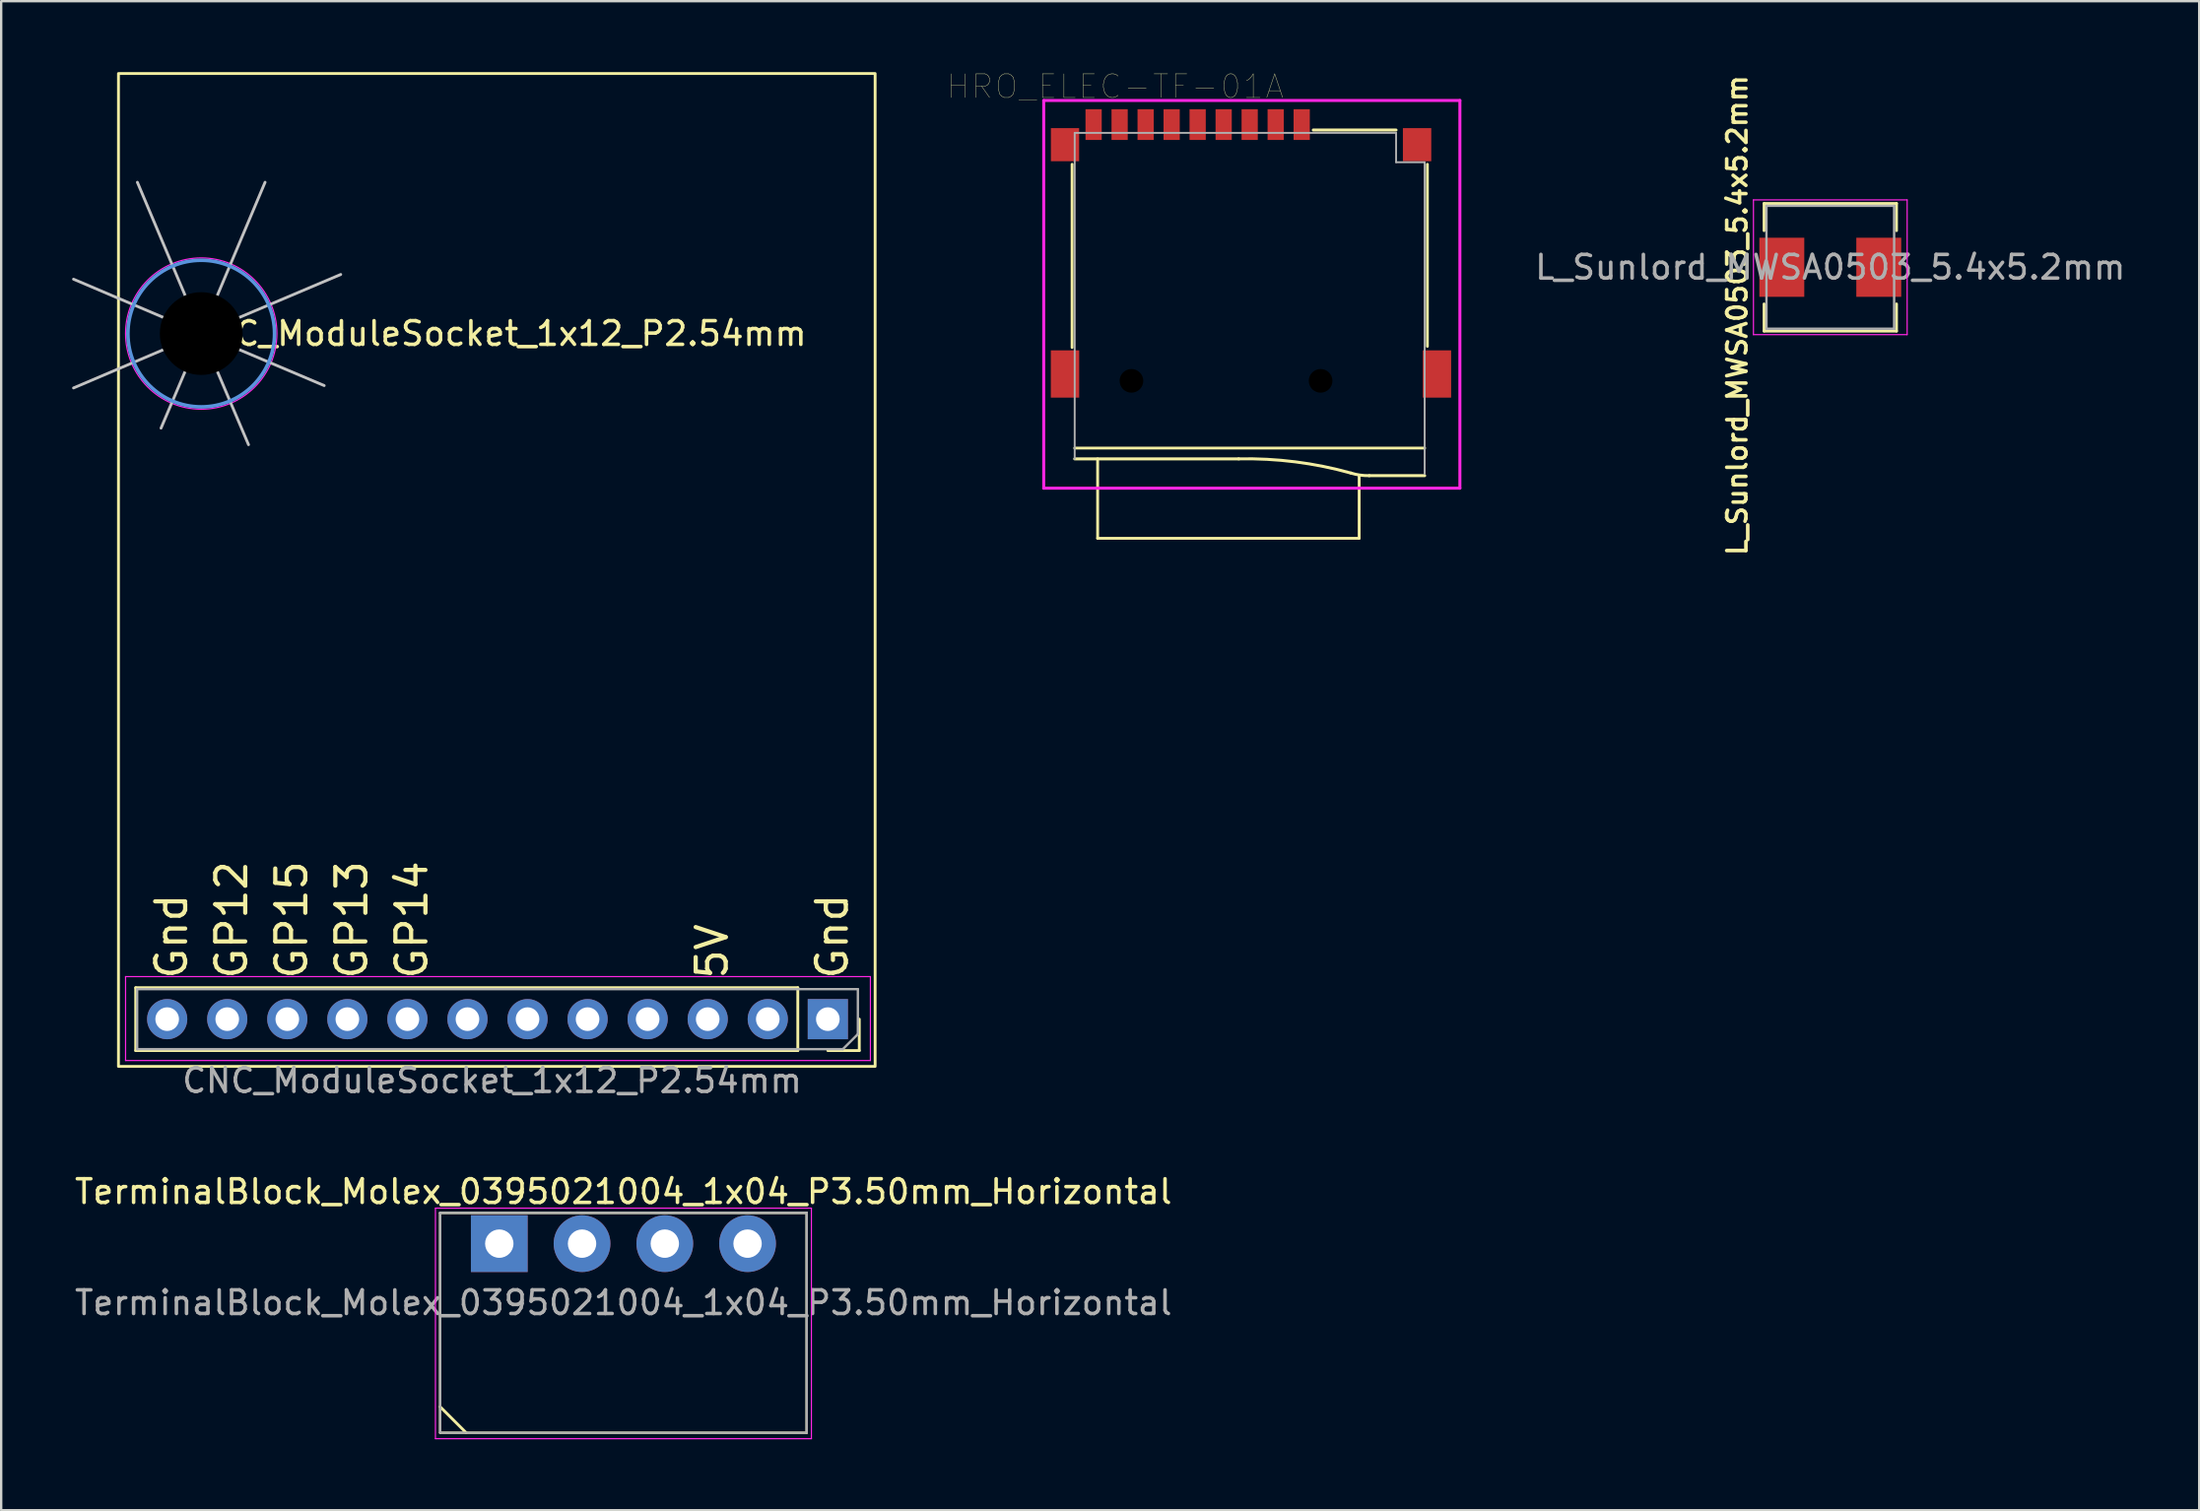
<source format=kicad_pcb>
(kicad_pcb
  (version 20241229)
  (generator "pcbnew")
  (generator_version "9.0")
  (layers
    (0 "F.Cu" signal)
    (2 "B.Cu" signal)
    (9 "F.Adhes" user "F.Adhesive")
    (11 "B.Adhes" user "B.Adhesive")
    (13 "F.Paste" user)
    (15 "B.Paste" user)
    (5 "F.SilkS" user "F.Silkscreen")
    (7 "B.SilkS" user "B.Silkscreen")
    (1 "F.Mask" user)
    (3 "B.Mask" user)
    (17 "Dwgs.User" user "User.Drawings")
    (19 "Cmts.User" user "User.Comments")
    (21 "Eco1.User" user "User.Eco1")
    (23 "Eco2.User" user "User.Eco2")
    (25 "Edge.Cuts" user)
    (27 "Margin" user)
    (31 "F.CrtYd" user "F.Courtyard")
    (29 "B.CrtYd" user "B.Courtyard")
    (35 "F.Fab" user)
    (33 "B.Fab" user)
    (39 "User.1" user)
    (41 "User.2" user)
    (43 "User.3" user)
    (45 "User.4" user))
  (footprint "TerminalBlock_Molex_0395021004_1x04_P3.50mm_Horizontal"
    (layer "F.Cu")
    (at 18.065 49.556)
    (property "Reference" "TerminalBlock_Molex_0395021004_1x04_P3.50mm_Horizontal" (at 5.25 -2.2 0) (layer "F.SilkS") (effects (font (size 1 1) (thickness 0.15))))
    (attr through_hole)
    (fp_line (start -2.5 -1.3) (end -2.5 8) (stroke (width 0.1) (type solid)) (layer "F.SilkS"))
    (fp_line (start -2.5 -1.3) (end 13 -1.3) (stroke (width 0.1) (type solid)) (layer "F.SilkS"))
    (fp_line (start -2.5 6.9) (end -1.4 8) (stroke (width 0.12) (type solid)) (layer "F.SilkS"))
    (fp_line (start -2.5 8) (end 13 8) (stroke (width 0.1) (type solid)) (layer "F.SilkS"))
    (fp_line (start 13 -1.3) (end 13 8) (stroke (width 0.1) (type solid)) (layer "F.SilkS"))
    (fp_line (start -2.7 -1.5) (end -2.7 8.25) (stroke (width 0.05) (type solid)) (layer "F.CrtYd"))
    (fp_line (start -2.7 8.25) (end 13.2 8.25) (stroke (width 0.05) (type solid)) (layer "F.CrtYd"))
    (fp_line (start 13.2 -1.5) (end -2.7 -1.5) (stroke (width 0.05) (type solid)) (layer "F.CrtYd"))
    (fp_line (start 13.2 8.25) (end 13.2 -1.5) (stroke (width 0.05) (type solid)) (layer "F.CrtYd"))
    (fp_line (start -2.5 -1.3) (end 13 -1.3) (stroke (width 0.1) (type solid)) (layer "F.Fab"))
    (fp_line (start -2.5 8) (end -2.5 -1.3) (stroke (width 0.1) (type solid)) (layer "F.Fab"))
    (fp_line (start 12.95 8) (end -2.45 8) (stroke (width 0.1) (type solid)) (layer "F.Fab"))
    (fp_line (start 13 -1.3) (end 13 8) (stroke (width 0.1) (type solid)) (layer "F.Fab"))
    (fp_text user "${REFERENCE}" (at 5.25 2.5 0) (layer "F.Fab") (effects (font (size 1 1) (thickness 0.15))))
    (pad "1" thru_hole rect (at 0 0) (size 2.4 2.4) (drill 1.2) (layers "*.Cu" "*.Mask"))
    (pad "2" thru_hole circle (at 3.5 0) (size 2.4 2.4) (drill 1.2) (layers "*.Cu" "*.Mask"))
    (pad "3" thru_hole circle (at 7 0) (size 2.4 2.4) (drill 1.2) (layers "*.Cu" "*.Mask"))
    (pad "4" thru_hole circle (at 10.5 0) (size 2.4 2.4) (drill 1.2) (layers "*.Cu" "*.Mask")))
  (footprint "CNC_ModuleSocket_1x12_P2.54mm"
    (layer "F.Cu")
    (at 31.96 40.06)
    (property "Reference" "CNC_ModuleSocket_1x12_P2.54mm" (at -14 -29 0) (layer "F.SilkS") (effects (font (size 1 1) (thickness 0.15))))
    (attr through_hole)
    (fp_line (start -29.27 -1.33) (end -29.27 1.33) (stroke (width 0.12) (type solid)) (layer "F.SilkS"))
    (fp_line (start -1.27 -1.33) (end -29.27 -1.33) (stroke (width 0.12) (type solid)) (layer "F.SilkS"))
    (fp_line (start -1.27 -1.33) (end -1.27 1.33) (stroke (width 0.12) (type solid)) (layer "F.SilkS"))
    (fp_line (start -1.27 1.33) (end -29.27 1.33) (stroke (width 0.12) (type solid)) (layer "F.SilkS"))
    (fp_line (start 1.33 0) (end 1.33 1.33) (stroke (width 0.12) (type solid)) (layer "F.SilkS"))
    (fp_line (start 1.33 1.33) (end 0 1.33) (stroke (width 0.12) (type solid)) (layer "F.SilkS"))
    (fp_rect (start -30 2) (end 2 -40) (stroke (width 0.12) (type solid)) (fill no) (layer "F.SilkS"))
    (fp_line (start -26.5 -29) (end -31.9 -31.3) (stroke (width 0.12) (type solid)) (layer "Dwgs.User"))
    (fp_line (start -26.5 -29) (end -31.9 -26.7) (stroke (width 0.12) (type solid)) (layer "Dwgs.User"))
    (fp_line (start -26.5 -29) (end -29.2 -35.4) (stroke (width 0.12) (type solid)) (layer "Dwgs.User"))
    (fp_line (start -26.5 -29) (end -28.2 -25) (stroke (width 0.12) (type solid)) (layer "Dwgs.User"))
    (fp_line (start -26.5 -29) (end -24.5 -24.3) (stroke (width 0.12) (type solid)) (layer "Dwgs.User"))
    (fp_line (start -26.5 -29) (end -23.8 -35.4) (stroke (width 0.12) (type solid)) (layer "Dwgs.User"))
    (fp_line (start -26.5 -29) (end -21.3 -26.8) (stroke (width 0.12) (type solid)) (layer "Dwgs.User"))
    (fp_line (start -26.5 -29) (end -20.6 -31.5) (stroke (width 0.12) (type solid)) (layer "Dwgs.User"))
    (fp_circle (center -26.5 -29) (end -23.4 -29) (stroke (width 0.15) (type solid)) (fill no) (layer "Cmts.User"))
    (fp_line (start -29.7 -1.8) (end 1.8 -1.8) (stroke (width 0.05) (type solid)) (layer "F.CrtYd"))
    (fp_line (start -29.7 1.75) (end -29.7 -1.8) (stroke (width 0.05) (type solid)) (layer "F.CrtYd"))
    (fp_line (start 1.8 -1.8) (end 1.8 1.75) (stroke (width 0.05) (type solid)) (layer "F.CrtYd"))
    (fp_line (start 1.8 1.75) (end -29.7 1.75) (stroke (width 0.05) (type solid)) (layer "F.CrtYd"))
    (fp_circle (center -26.5 -29) (end -23.3 -29) (stroke (width 0.05) (type solid)) (fill no) (layer "F.CrtYd"))
    (fp_line (start -29.21 -1.27) (end 1.27 -1.27) (stroke (width 0.1) (type solid)) (layer "F.Fab"))
    (fp_line (start -29.21 1.27) (end -29.21 -1.27) (stroke (width 0.1) (type solid)) (layer "F.Fab"))
    (fp_line (start 0.635 1.27) (end -29.21 1.27) (stroke (width 0.1) (type solid)) (layer "F.Fab"))
    (fp_line (start 1.27 -1.27) (end 1.27 0.635) (stroke (width 0.1) (type solid)) (layer "F.Fab"))
    (fp_line (start 1.27 0.635) (end 0.635 1.27) (stroke (width 0.1) (type solid)) (layer "F.Fab"))
    (fp_text user "Gnd" (at -28.5 -1.6 90) (layer "F.SilkS") (effects (font (size 1.27 1.27) (thickness 0.178)) (justify left top)))
    (fp_text user "Gnd" (at -0.56 -1.6 90) (layer "F.SilkS") (effects (font (size 1.27 1.27) (thickness 0.178)) (justify left top)))
    (fp_text user "5V" (at -5.64 -1.6 90) (layer "F.SilkS") (effects (font (size 1.27 1.27) (thickness 0.178)) (justify left top)))
    (fp_text user "GP12" (at -25.96 -1.6 90) (layer "F.SilkS") (effects (font (size 1.27 1.27) (thickness 0.178)) (justify left top)))
    (fp_text user "GP14" (at -18.34 -1.6 90) (layer "F.SilkS") (effects (font (size 1.27 1.27) (thickness 0.178)) (justify left top)))
    (fp_text user "GP15" (at -23.42 -1.6 90) (layer "F.SilkS") (effects (font (size 1.27 1.27) (thickness 0.178)) (justify left top)))
    (fp_text user "GP13" (at -20.88 -1.6 90) (layer "F.SilkS") (effects (font (size 1.27 1.27) (thickness 0.178)) (justify left top)))
    (fp_text user "${REFERENCE}" (at -14.2 2.6 0) (layer "F.Fab") (effects (font (size 1 1) (thickness 0.15))))
    (pad "" np_thru_hole circle (at -26.5 -29) (size 3.5 3.5) (drill 3.5) (layers "*.Mask"))
    (pad "1" thru_hole rect (at 0 0 270) (size 1.7 1.7) (drill 1) (layers "*.Cu" "*.Mask"))
    (pad "2" thru_hole oval (at -2.54 0 270) (size 1.7 1.7) (drill 1) (layers "*.Cu" "*.Mask"))
    (pad "3" thru_hole oval (at -5.08 0 270) (size 1.7 1.7) (drill 1) (layers "*.Cu" "*.Mask"))
    (pad "4" thru_hole oval (at -7.62 0 270) (size 1.7 1.7) (drill 1) (layers "*.Cu" "*.Mask"))
    (pad "5" thru_hole oval (at -10.16 0 270) (size 1.7 1.7) (drill 1) (layers "*.Cu" "*.Mask"))
    (pad "6" thru_hole oval (at -12.7 0 270) (size 1.7 1.7) (drill 1) (layers "*.Cu" "*.Mask"))
    (pad "7" thru_hole oval (at -15.24 0 270) (size 1.7 1.7) (drill 1) (layers "*.Cu" "*.Mask"))
    (pad "8" thru_hole oval (at -17.78 0 270) (size 1.7 1.7) (drill 1) (layers "*.Cu" "*.Mask"))
    (pad "9" thru_hole oval (at -20.32 0 270) (size 1.7 1.7) (drill 1) (layers "*.Cu" "*.Mask"))
    (pad "10" thru_hole oval (at -22.86 0 270) (size 1.7 1.7) (drill 1) (layers "*.Cu" "*.Mask"))
    (pad "11" thru_hole oval (at -25.4 0 270) (size 1.7 1.7) (drill 1) (layers "*.Cu" "*.Mask"))
    (pad "12" thru_hole oval (at -27.94 0 270) (size 1.7 1.7) (drill 1) (layers "*.Cu" "*.Mask"))
    (zone (net_name "") (layers "F.Cu" "B.Cu") (name "CNC Mount Hole") (hatch edge 0.508) (connect_pads) (min_thickness 0.254) (filled_areas_thickness no) (keepout (tracks not_allowed) (vias not_allowed) (pads allowed) (copperpour not_allowed) (footprints not_allowed)) (placement (enabled no)) (fill) (polygon (pts (xy 7.96 9.36) (xy 8.235 9.86) (xy 8.41 10.41) (xy 8.485 11.06) (xy 8.435 11.66) (xy 8.235 12.26) (xy 7.96 12.76) (xy 7.61 13.185) (xy 7.16 13.56) (xy 6.66 13.835) (xy 6.11 14.01) (xy 5.46 14.085) (xy 4.81 14.01) (xy 4.26 13.835) (xy 3.76 13.56) (xy 3.31 13.185) (xy 2.96 12.76) (xy 2.685 12.26) (xy 2.51 11.66) (xy 2.435 11.06) (xy 2.51 10.41) (xy 2.685 9.86) (xy 2.96 9.36) (xy 3.31 8.935) (xy 3.76 8.56) (xy 4.285 8.26) (xy 4.81 8.11) (xy 5.46 8.01) (xy 6.11 8.11) (xy 6.635 8.26) (xy 7.16 8.56) (xy 7.61 8.935)))))
  (footprint "L_Sunlord_MWSA0503_5.4x5.2mm"
    (layer "F.Cu")
    (at 74.355 8.256)
    (property "Reference" "L_Sunlord_MWSA0503_5.4x5.2mm" (at -3.937 2.032 90) (layer "F.SilkS") (effects (font (size 0.813 0.813) (thickness 0.152))))
    (attr smd)
    (fp_line (start -2.8 -2.7) (end -2.8 -1.55) (stroke (width 0.12) (type solid)) (layer "F.SilkS"))
    (fp_line (start -2.8 -2.7) (end 2.8 -2.7) (stroke (width 0.12) (type solid)) (layer "F.SilkS"))
    (fp_line (start -2.8 2.7) (end -2.8 1.55) (stroke (width 0.12) (type solid)) (layer "F.SilkS"))
    (fp_line (start -2.8 2.7) (end 2.8 2.7) (stroke (width 0.12) (type solid)) (layer "F.SilkS"))
    (fp_line (start 2.8 -2.7) (end 2.8 -1.55) (stroke (width 0.12) (type solid)) (layer "F.SilkS"))
    (fp_line (start 2.8 2.7) (end 2.8 1.55) (stroke (width 0.12) (type solid)) (layer "F.SilkS"))
    (fp_line (start -3.25 -2.85) (end 3.25 -2.85) (stroke (width 0.05) (type solid)) (layer "F.CrtYd"))
    (fp_line (start -3.25 2.85) (end -3.25 -2.85) (stroke (width 0.05) (type solid)) (layer "F.CrtYd"))
    (fp_line (start 3.25 -2.85) (end 3.25 2.85) (stroke (width 0.05) (type solid)) (layer "F.CrtYd"))
    (fp_line (start 3.25 2.85) (end -3.25 2.85) (stroke (width 0.05) (type solid)) (layer "F.CrtYd"))
    (fp_line (start -2.7 -2.6) (end 2.7 -2.6) (stroke (width 0.1) (type solid)) (layer "F.Fab"))
    (fp_line (start -2.7 2.6) (end -2.7 -2.6) (stroke (width 0.1) (type solid)) (layer "F.Fab"))
    (fp_line (start 2.7 -2.6) (end 2.7 2.6) (stroke (width 0.1) (type solid)) (layer "F.Fab"))
    (fp_line (start 2.7 2.6) (end -2.7 2.6) (stroke (width 0.1) (type solid)) (layer "F.Fab"))
    (fp_text user "${REFERENCE}" (at 0 0 0) (layer "F.Fab") (effects (font (size 1 1) (thickness 0.15))))
    (pad "1" smd rect (at -2.05 0) (size 1.9 2.5) (layers "F.Cu" "F.Mask" "F.Paste"))
    (pad "2" smd rect (at 2.05 0) (size 1.9 2.5) (layers "F.Cu" "F.Mask" "F.Paste")))
  (footprint "HRO_ELEC-TF-01A"
    (layer "F.Cu")
    (at 48.69 8)
    (property "Reference" "HRO_ELEC-TF-01A" (at -4.577 -7.389 0) (layer "F.SilkS") (effects (font (size 1.001 1.001) (thickness 0.015))))
    (attr through_hole)
    (fp_line (start -6.4 3.65) (end -6.4 -4.1) (stroke (width 0.12) (type solid)) (layer "F.SilkS"))
    (fp_line (start -6.29 7.904) (end 8.51 7.904) (stroke (width 0.12) (type solid)) (layer "F.SilkS"))
    (fp_line (start -5.32 11.72) (end -5.32 8.36) (stroke (width 0.12) (type solid)) (layer "F.SilkS"))
    (fp_line (start -5.32 11.72) (end 5.74 11.72) (stroke (width 0.12) (type solid)) (layer "F.SilkS"))
    (fp_line (start 0.644 8.36) (end -6.29 8.36) (stroke (width 0.127) (type solid)) (layer "F.SilkS"))
    (fp_line (start 5.74 11.72) (end 5.74 9.07) (stroke (width 0.12) (type solid)) (layer "F.SilkS"))
    (fp_line (start 7.3 -5.55) (end 3.8 -5.55) (stroke (width 0.127) (type solid)) (layer "F.SilkS"))
    (fp_line (start 8.51 9.07) (end 6.168 9.07) (stroke (width 0.127) (type solid)) (layer "F.SilkS"))
    (fp_line (start 8.625 -4.1) (end 8.625 3.6) (stroke (width 0.12) (type solid)) (layer "F.SilkS"))
    (fp_arc (start 0.6439 8.36) (mid 3.038913 8.486267) (end 5.39 8.96) (stroke (width 0.127) (type solid)) (layer "F.SilkS"))
    (fp_arc (start 6.1679 9.07) (mid 5.774541 9.046179) (end 5.39 8.96) (stroke (width 0.127) (type solid)) (layer "F.SilkS"))
    (fp_line (start -7.6 -6.8) (end 10 -6.8) (stroke (width 0.127) (type solid)) (layer "F.CrtYd"))
    (fp_line (start -7.6 9.6) (end -7.6 -6.8) (stroke (width 0.127) (type solid)) (layer "F.CrtYd"))
    (fp_line (start 10 -6.8) (end 10 9.6) (stroke (width 0.127) (type solid)) (layer "F.CrtYd"))
    (fp_line (start 10 9.6) (end -7.6 9.6) (stroke (width 0.127) (type solid)) (layer "F.CrtYd"))
    (fp_line (start -6.29 -5.43) (end 7.302 -5.43) (stroke (width 0.08) (type solid)) (layer "F.Fab"))
    (fp_line (start -6.29 8.36) (end -6.29 -5.43) (stroke (width 0.08) (type solid)) (layer "F.Fab"))
    (fp_line (start 7.302 -5.43) (end 7.302 -4.187) (stroke (width 0.08) (type solid)) (layer "F.Fab"))
    (fp_line (start 7.302 -4.187) (end 8.51 -4.187) (stroke (width 0.08) (type solid)) (layer "F.Fab"))
    (fp_line (start 8.51 -4.187) (end 8.51 9) (stroke (width 0.08) (type solid)) (layer "F.Fab"))
    (pad "" np_thru_hole circle (at -3.89 5.06) (size 1 1) (drill 1) (layers "*.Mask"))
    (pad "" np_thru_hole circle (at 4.11 5.06) (size 1 1) (drill 1) (layers "*.Mask"))
    (pad "1" smd rect (at 3.31 -5.78) (size 0.686 1.3) (layers "F.Cu" "F.Mask" "F.Paste"))
    (pad "2" smd rect (at 2.21 -5.78) (size 0.686 1.3) (layers "F.Cu" "F.Mask" "F.Paste"))
    (pad "3" smd rect (at 1.11 -5.78) (size 0.686 1.3) (layers "F.Cu" "F.Mask" "F.Paste"))
    (pad "4" smd rect (at 0.01 -5.78) (size 0.686 1.3) (layers "F.Cu" "F.Mask" "F.Paste"))
    (pad "5" smd rect (at -1.09 -5.78) (size 0.686 1.3) (layers "F.Cu" "F.Mask" "F.Paste"))
    (pad "6" smd rect (at -2.19 -5.78) (size 0.686 1.3) (layers "F.Cu" "F.Mask" "F.Paste"))
    (pad "7" smd rect (at -3.29 -5.78) (size 0.686 1.3) (layers "F.Cu" "F.Mask" "F.Paste"))
    (pad "8" smd rect (at -4.39 -5.78) (size 0.686 1.3) (layers "F.Cu" "F.Mask" "F.Paste"))
    (pad "9" smd rect (at -5.49 -5.78) (size 0.686 1.3) (layers "F.Cu" "F.Mask" "F.Paste"))
    (pad "10" smd rect (at 9.03 4.77) (size 1.2 2) (layers "F.Cu" "F.Mask" "F.Paste"))
    (pad "11" smd rect (at 8.19 -4.93) (size 1.2 1.4) (layers "F.Cu" "F.Mask" "F.Paste"))
    (pad "12" smd rect (at -6.7 -4.93) (size 1.194 1.4) (layers "F.Cu" "F.Mask" "F.Paste"))
    (pad "13" smd rect (at -6.7 4.77) (size 1.2 2) (layers "F.Cu" "F.Mask" "F.Paste")))
  (gr_rect
    (start -3 -3)
    (end 89.956 60.831)
    (stroke (width 0.1) (type default))
    (fill no)
    (layer "Edge.Cuts")))
</source>
